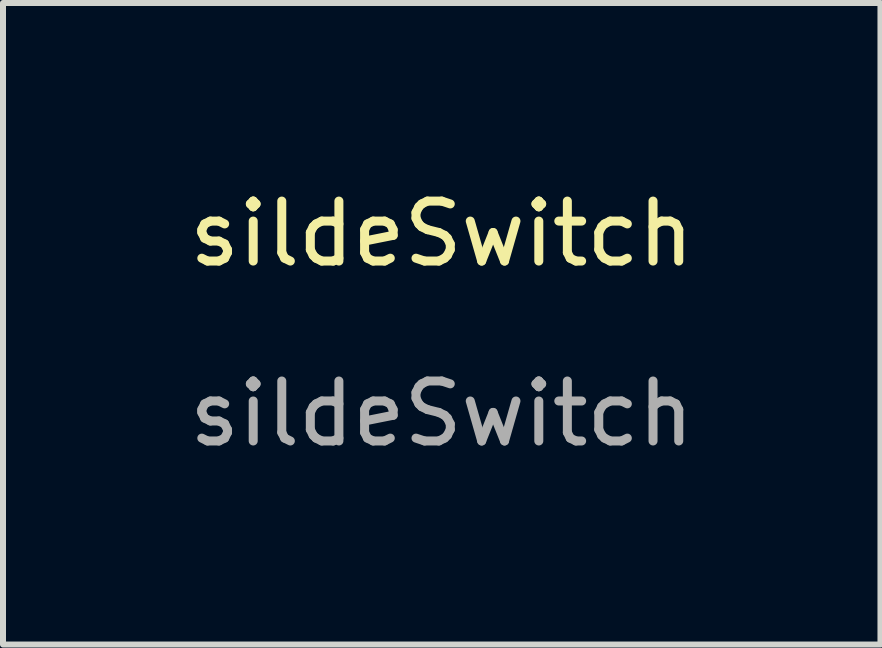
<source format=kicad_pcb>
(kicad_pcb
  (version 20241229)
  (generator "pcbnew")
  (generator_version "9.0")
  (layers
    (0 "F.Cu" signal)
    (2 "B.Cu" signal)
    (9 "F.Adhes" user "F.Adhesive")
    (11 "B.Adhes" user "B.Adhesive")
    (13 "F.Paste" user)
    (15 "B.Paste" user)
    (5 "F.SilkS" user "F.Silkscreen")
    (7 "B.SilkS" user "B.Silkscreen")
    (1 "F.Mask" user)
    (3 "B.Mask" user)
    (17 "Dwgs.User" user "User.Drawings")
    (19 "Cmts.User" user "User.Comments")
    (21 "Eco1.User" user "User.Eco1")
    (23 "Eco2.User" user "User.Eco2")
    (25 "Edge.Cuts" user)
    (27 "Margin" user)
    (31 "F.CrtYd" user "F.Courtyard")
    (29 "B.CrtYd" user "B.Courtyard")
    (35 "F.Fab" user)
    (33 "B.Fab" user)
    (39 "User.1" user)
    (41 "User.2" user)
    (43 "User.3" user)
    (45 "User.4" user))
  (footprint "sildeSwitch"
    (layer "F.Cu")
    (at 4.315 1.348)
    (property "Reference" "sildeSwitch" (at 0 -0.5 0) (unlocked yes) (layer "F.SilkS") (effects (font (size 1 1) (thickness 0.15))))
    (attr smd)
    (fp_text user "${REFERENCE}" (at 0 2.5 0) (unlocked yes) (layer "F.Fab") (effects (font (size 1 1) (thickness 0.15)))))
  (gr_rect
    (start -3 -3)
    (end 11.631 7.697)
    (stroke (width 0.1) (type default))
    (fill no)
    (layer "Edge.Cuts")))
</source>
